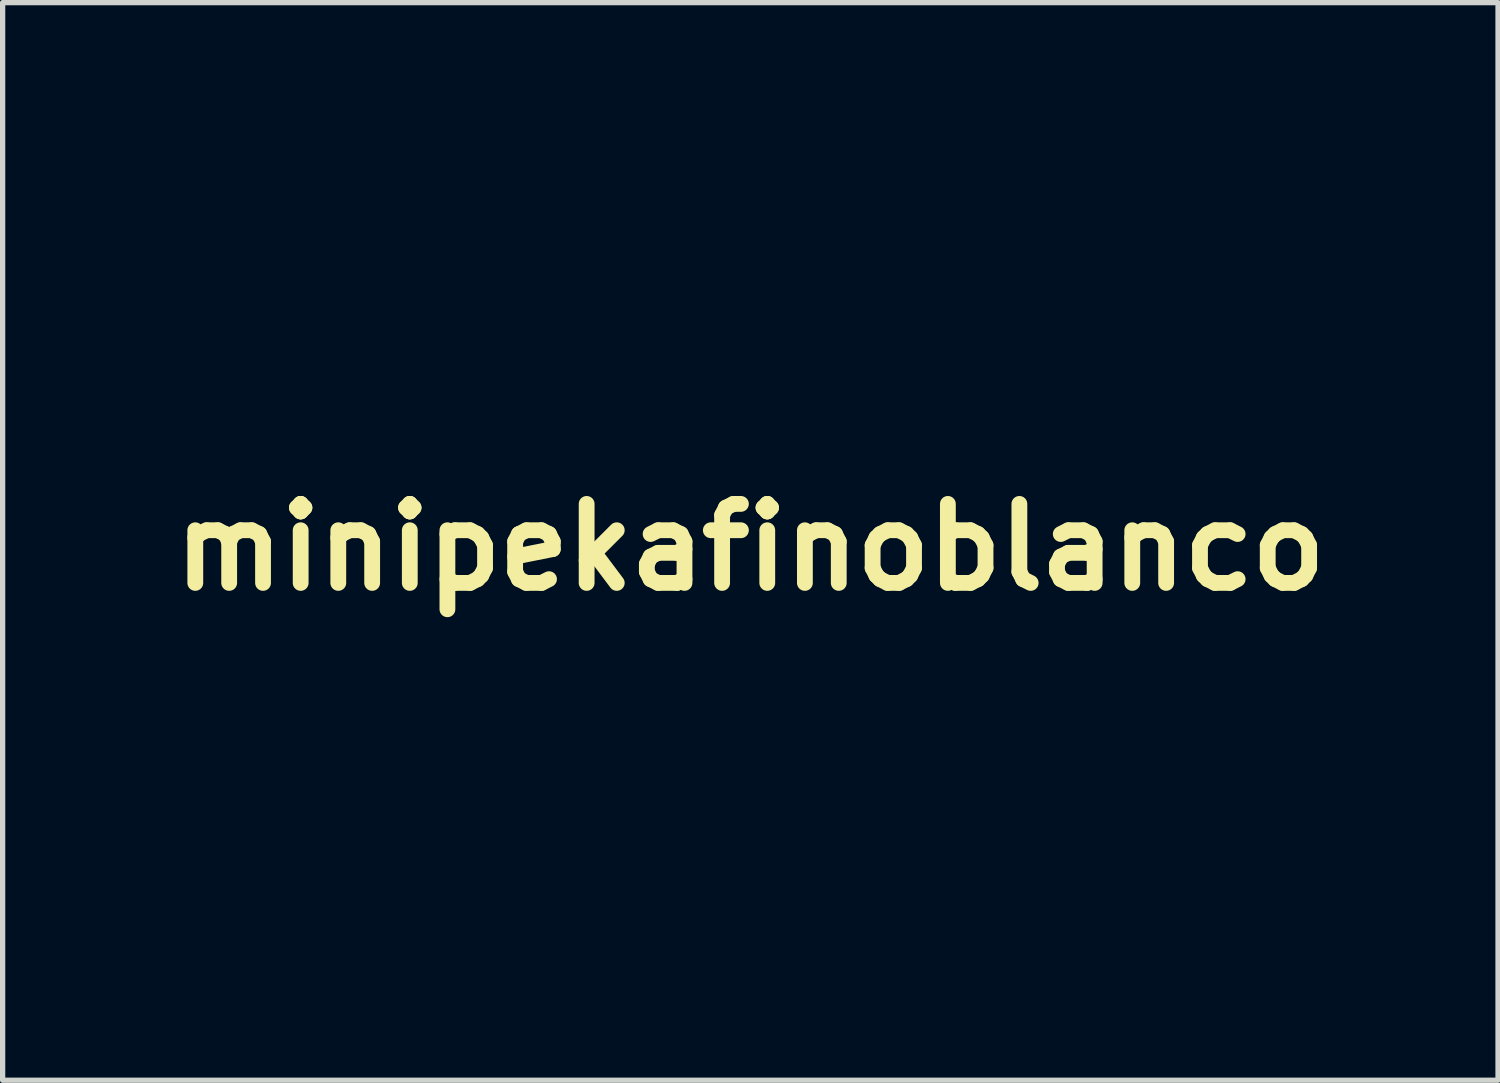
<source format=kicad_pcb>
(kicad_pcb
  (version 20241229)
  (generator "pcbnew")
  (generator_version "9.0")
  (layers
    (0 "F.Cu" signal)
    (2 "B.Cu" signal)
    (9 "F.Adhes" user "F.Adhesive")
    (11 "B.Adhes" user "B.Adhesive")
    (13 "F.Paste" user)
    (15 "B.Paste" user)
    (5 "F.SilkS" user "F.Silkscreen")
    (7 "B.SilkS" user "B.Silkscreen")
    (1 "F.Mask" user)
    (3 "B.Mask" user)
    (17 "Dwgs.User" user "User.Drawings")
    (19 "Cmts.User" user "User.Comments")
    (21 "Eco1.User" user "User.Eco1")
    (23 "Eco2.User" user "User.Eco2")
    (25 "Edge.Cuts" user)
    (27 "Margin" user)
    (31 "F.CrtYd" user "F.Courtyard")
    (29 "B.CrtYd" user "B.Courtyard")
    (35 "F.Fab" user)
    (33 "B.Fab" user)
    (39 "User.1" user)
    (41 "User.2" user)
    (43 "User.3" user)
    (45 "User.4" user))
  (footprint "minipekafinoblanco"
    (layer "F.Cu")
    (at 11.193 7.337)
    (property "Reference" "minipekafinoblanco" (at 0 0 0) (layer "F.SilkS") (effects (font (size 1.5 1.5) (thickness 0.3))))
    (attr board_only exclude_from_pos_files exclude_from_bom)
    (fp_poly (pts (xy 0.964 -7.335) (xy 1.146 -7.331) (xy 1.304 -7.324) (xy 1.429 -7.316) (xy 1.433 -7.316) (xy 1.768 -7.279) (xy 2.073 -7.231) (xy 2.345 -7.175) (xy 2.581 -7.11) (xy 2.778 -7.037) (xy 2.815 -7.02) (xy 2.939 -6.951) (xy 3.041 -6.875) (xy 3.113 -6.796) (xy 3.148 -6.725) (xy 3.148 -6.686) (xy 3.138 -6.614) (xy 3.121 -6.52) (xy 3.098 -6.414) (xy 3.096 -6.404) (xy 3.022 -6.076) (xy 2.954 -5.74) (xy 2.893 -5.402) (xy 2.84 -5.071) (xy 2.796 -4.751) (xy 2.761 -4.45) (xy 2.738 -4.174) (xy 2.726 -3.93) (xy 2.725 -3.835) (xy 2.725 -3.634) (xy 3.17 -3.507) (xy 3.325 -3.461) (xy 3.467 -3.415) (xy 3.59 -3.373) (xy 3.685 -3.336) (xy 3.74 -3.31) (xy 3.86 -3.225) (xy 3.956 -3.119) (xy 4.018 -3.002) (xy 4.028 -2.971) (xy 4.038 -2.851) (xy 4.009 -2.72) (xy 3.943 -2.583) (xy 3.84 -2.442) (xy 3.705 -2.299) (xy 3.538 -2.158) (xy 3.405 -2.063) (xy 3.331 -2.015) (xy 3.27 -1.976) (xy 3.231 -1.953) (xy 3.224 -1.95) (xy 3.216 -1.928) (xy 3.225 -1.872) (xy 3.252 -1.779) (xy 3.255 -1.773) (xy 3.286 -1.667) (xy 3.318 -1.542) (xy 3.344 -1.424) (xy 3.347 -1.408) (xy 3.385 -1.213) (xy 3.831 -1.22) (xy 4.277 -1.227) (xy 4.396 -1.294) (xy 4.515 -1.379) (xy 4.597 -1.483) (xy 4.645 -1.61) (xy 4.656 -1.669) (xy 4.681 -1.785) (xy 4.719 -1.866) (xy 4.775 -1.921) (xy 4.822 -1.946) (xy 4.92 -1.966) (xy 5.025 -1.948) (xy 5.139 -1.89) (xy 5.25 -1.794) (xy 5.339 -1.663) (xy 5.403 -1.498) (xy 5.443 -1.302) (xy 5.459 -1.077) (xy 5.449 -0.823) (xy 5.441 -0.745) (xy 5.41 -0.547) (xy 5.361 -0.385) (xy 5.292 -0.252) (xy 5.199 -0.145) (xy 5.079 -0.056) (xy 4.997 -0.012) (xy 4.903 0.03) (xy 4.809 0.064) (xy 4.709 0.09) (xy 4.597 0.11) (xy 4.464 0.125) (xy 4.305 0.136) (xy 4.113 0.143) (xy 4.011 0.146) (xy 3.506 0.157) (xy 3.502 0.573) (xy 3.5 0.73) (xy 3.499 0.897) (xy 3.498 1.061) (xy 3.497 1.205) (xy 3.496 1.283) (xy 3.495 1.579) (xy 3.587 1.534) (xy 3.645 1.502) (xy 3.672 1.472) (xy 3.673 1.468) (xy 3.81 1.468) (xy 3.81 1.474) (xy 3.832 1.723) (xy 3.894 1.96) (xy 3.996 2.183) (xy 4.137 2.388) (xy 4.314 2.573) (xy 4.396 2.641) (xy 4.459 2.688) (xy 4.513 2.722) (xy 4.544 2.735) (xy 4.545 2.735) (xy 4.577 2.726) (xy 4.636 2.7) (xy 4.71 2.664) (xy 4.729 2.654) (xy 4.853 2.577) (xy 4.971 2.483) (xy 5.074 2.38) (xy 5.151 2.278) (xy 5.18 2.224) (xy 5.228 2.065) (xy 5.235 1.896) (xy 5.203 1.721) (xy 5.133 1.546) (xy 5.068 1.436) (xy 4.969 1.309) (xy 4.855 1.209) (xy 4.715 1.126) (xy 4.686 1.112) (xy 4.628 1.087) (xy 4.576 1.07) (xy 4.519 1.06) (xy 4.446 1.055) (xy 4.345 1.053) (xy 4.295 1.053) (xy 4.165 1.055) (xy 4.071 1.063) (xy 4.001 1.08) (xy 3.948 1.111) (xy 3.901 1.157) (xy 3.859 1.216) (xy 3.834 1.259) (xy 3.819 1.307) (xy 3.812 1.372) (xy 3.81 1.468) (xy 3.673 1.468) (xy 3.68 1.429) (xy 3.68 1.415) (xy 3.699 1.278) (xy 3.755 1.154) (xy 3.839 1.05) (xy 3.948 0.975) (xy 3.978 0.962) (xy 4.083 0.936) (xy 4.215 0.923) (xy 4.358 0.923) (xy 4.499 0.936) (xy 4.624 0.962) (xy 4.668 0.977) (xy 4.856 1.068) (xy 5.012 1.185) (xy 5.141 1.333) (xy 5.244 1.508) (xy 5.281 1.594) (xy 5.314 1.691) (xy 5.342 1.788) (xy 5.361 1.877) (xy 5.37 1.947) (xy 5.366 1.988) (xy 5.363 1.993) (xy 5.376 2.007) (xy 5.421 2.036) (xy 5.49 2.076) (xy 5.571 2.12) (xy 5.671 2.175) (xy 5.766 2.231) (xy 5.844 2.282) (xy 5.883 2.311) (xy 5.924 2.352) (xy 5.985 2.422) (xy 6.058 2.514) (xy 6.14 2.619) (xy 6.223 2.732) (xy 6.304 2.843) (xy 6.375 2.947) (xy 6.432 3.036) (xy 6.435 3.039) (xy 6.486 3.145) (xy 6.529 3.274) (xy 6.558 3.405) (xy 6.567 3.509) (xy 6.555 3.634) (xy 6.519 3.767) (xy 6.455 3.912) (xy 6.363 4.074) (xy 6.239 4.257) (xy 6.182 4.335) (xy 6.098 4.439) (xy 6.005 4.541) (xy 5.911 4.632) (xy 5.825 4.703) (xy 5.765 4.743) (xy 5.622 4.796) (xy 5.484 4.807) (xy 5.352 4.776) (xy 5.234 4.706) (xy 5.149 4.638) (xy 5.093 4.704) (xy 5.043 4.765) (xy 4.987 4.834) (xy 4.974 4.851) (xy 4.896 4.927) (xy 4.797 4.983) (xy 4.695 5.012) (xy 4.666 5.014) (xy 4.611 5.005) (xy 4.536 4.98) (xy 4.469 4.95) (xy 4.393 4.905) (xy 4.331 4.849) (xy 4.281 4.779) (xy 4.242 4.689) (xy 4.212 4.575) (xy 4.191 4.433) (xy 4.176 4.257) (xy 4.165 4.043) (xy 4.164 4) (xy 4.16 3.871) (xy 4.155 3.758) (xy 4.151 3.667) (xy 4.147 3.607) (xy 4.145 3.582) (xy 4.144 3.582) (xy 4.122 3.59) (xy 4.082 3.607) (xy 4.027 3.633) (xy 4.04 4.112) (xy 4.054 4.592) (xy 3.974 4.906) (xy 3.944 5.024) (xy 3.917 5.133) (xy 3.894 5.222) (xy 3.878 5.284) (xy 3.874 5.297) (xy 3.831 5.377) (xy 3.783 5.419) (xy 3.73 5.465) (xy 3.696 5.531) (xy 3.684 5.571) (xy 3.662 5.638) (xy 3.626 5.729) (xy 3.583 5.828) (xy 3.562 5.872) (xy 3.513 5.978) (xy 3.483 6.061) (xy 3.466 6.139) (xy 3.457 6.225) (xy 3.425 6.404) (xy 3.354 6.566) (xy 3.247 6.711) (xy 3.106 6.836) (xy 2.932 6.939) (xy 2.728 7.021) (xy 2.497 7.078) (xy 2.239 7.111) (xy 2.168 7.115) (xy 1.963 7.115) (xy 1.782 7.098) (xy 1.632 7.064) (xy 1.516 7.014) (xy 1.516 7.013) (xy 1.48 6.993) (xy 1.447 6.984) (xy 1.404 6.983) (xy 1.341 6.993) (xy 1.266 7.006) (xy 1.159 7.022) (xy 1.018 7.033) (xy 0.853 7.041) (xy 0.674 7.044) (xy 0.49 7.045) (xy 0.31 7.041) (xy 0.144 7.034) (xy 0.001 7.023) (xy -0.11 7.008) (xy -0.124 7.006) (xy -0.216 6.988) (xy -0.276 6.979) (xy -0.319 6.98) (xy -0.355 6.99) (xy -0.397 7.01) (xy -0.401 7.012) (xy -0.544 7.069) (xy -0.706 7.104) (xy -0.896 7.118) (xy -0.965 7.118) (xy -1.074 7.115) (xy -1.179 7.11) (xy -1.265 7.103) (xy -1.299 7.098) (xy -1.524 7.046) (xy -1.728 6.972) (xy -1.908 6.877) (xy -2.061 6.765) (xy -2.183 6.639) (xy -2.272 6.501) (xy -2.322 6.354) (xy -2.327 6.31) (xy -2.203 6.31) (xy -2.194 6.351) (xy -2.171 6.415) (xy -2.152 6.459) (xy -2.064 6.594) (xy -1.937 6.714) (xy -1.775 6.816) (xy -1.579 6.899) (xy -1.368 6.957) (xy -1.261 6.974) (xy -1.131 6.984) (xy -0.989 6.988) (xy -0.849 6.986) (xy -0.723 6.977) (xy -0.623 6.962) (xy -0.596 6.955) (xy -0.531 6.935) (xy -0.502 6.921) (xy -0.505 6.91) (xy -0.532 6.897) (xy -0.734 6.801) (xy -0.903 6.693) (xy -1.036 6.577) (xy -1.129 6.454) (xy -1.152 6.411) (xy -1.196 6.341) (xy -1.252 6.305) (xy -1.325 6.296) (xy -1.365 6.313) (xy -1.396 6.367) (xy -1.397 6.371) (xy -1.449 6.46) (xy -1.527 6.516) (xy -1.623 6.535) (xy -1.686 6.524) (xy -1.775 6.495) (xy -1.879 6.453) (xy -1.986 6.401) (xy -2.087 6.346) (xy -2.133 6.317) (xy -2.178 6.288) (xy -2.198 6.284) (xy -2.203 6.302) (xy -2.203 6.31) (xy -2.327 6.31) (xy -2.334 6.241) (xy -2.34 6.175) (xy -2.364 6.109) (xy -2.409 6.028) (xy -2.42 6.012) (xy -2.48 5.907) (xy -2.54 5.781) (xy -2.594 5.649) (xy -2.634 5.528) (xy -2.638 5.515) (xy -2.507 5.515) (xy -2.497 5.564) (xy -2.47 5.64) (xy -2.431 5.731) (xy -2.384 5.826) (xy -2.336 5.915) (xy -2.299 5.975) (xy -2.17 6.128) (xy -2.008 6.256) (xy -1.812 6.361) (xy -1.727 6.394) (xy -1.641 6.42) (xy -1.582 6.42) (xy -1.541 6.394) (xy -1.519 6.359) (xy -1.501 6.308) (xy -1.484 6.231) (xy -1.47 6.141) (xy -1.468 6.129) (xy -1.348 6.129) (xy -1.342 6.159) (xy -1.297 6.179) (xy -1.259 6.185) (xy -1.248 6.166) (xy -1.243 6.112) (xy -1.245 6.057) (xy -1.246 6.041) (xy -1.13 6.041) (xy -1.123 6.121) (xy -1.118 6.156) (xy -1.071 6.312) (xy -0.985 6.453) (xy -0.862 6.578) (xy -0.704 6.686) (xy -0.514 6.774) (xy -0.294 6.842) (xy -0.098 6.879) (xy -0.01 6.892) (xy 0.066 6.904) (xy 0.117 6.911) (xy 0.119 6.911) (xy 0.182 6.917) (xy 0.279 6.92) (xy 0.4 6.922) (xy 0.536 6.922) (xy 0.678 6.921) (xy 0.77 6.919) (xy 1.64 6.919) (xy 1.647 6.937) (xy 1.695 6.955) (xy 1.755 6.971) (xy 1.801 6.977) (xy 1.881 6.981) (xy 1.984 6.982) (xy 2.1 6.982) (xy 2.138 6.981) (xy 2.289 6.976) (xy 2.407 6.967) (xy 2.504 6.953) (xy 2.592 6.933) (xy 2.616 6.926) (xy 2.798 6.861) (xy 2.962 6.779) (xy 3.097 6.686) (xy 3.168 6.618) (xy 3.241 6.52) (xy 3.296 6.412) (xy 3.328 6.308) (xy 3.332 6.259) (xy 3.33 6.233) (xy 3.319 6.227) (xy 3.291 6.243) (xy 3.237 6.283) (xy 3.229 6.288) (xy 3.138 6.351) (xy 3.031 6.411) (xy 2.919 6.464) (xy 2.814 6.506) (xy 2.726 6.53) (xy 2.686 6.535) (xy 2.588 6.515) (xy 2.51 6.458) (xy 2.466 6.387) (xy 2.43 6.34) (xy 2.382 6.33) (xy 2.329 6.357) (xy 2.278 6.419) (xy 2.273 6.428) (xy 2.165 6.579) (xy 2.029 6.706) (xy 1.858 6.812) (xy 1.749 6.862) (xy 1.674 6.896) (xy 1.64 6.919) (xy 0.77 6.919) (xy 0.815 6.918) (xy 0.939 6.913) (xy 1.04 6.908) (xy 1.097 6.902) (xy 1.368 6.856) (xy 1.605 6.79) (xy 1.806 6.705) (xy 1.97 6.601) (xy 2.096 6.478) (xy 2.185 6.338) (xy 2.234 6.181) (xy 2.236 6.164) (xy 2.363 6.164) (xy 2.368 6.204) (xy 2.38 6.217) (xy 2.392 6.215) (xy 2.414 6.19) (xy 2.412 6.138) (xy 2.402 6.066) (xy 2.399 6.011) (xy 2.394 5.966) (xy 2.383 5.948) (xy 2.374 5.968) (xy 2.367 6.02) (xy 2.363 6.088) (xy 2.363 6.164) (xy 2.236 6.164) (xy 2.243 6.103) (xy 2.252 5.964) (xy 2.193 5.979) (xy 2.085 6.001) (xy 1.941 6.024) (xy 1.769 6.045) (xy 1.577 6.065) (xy 1.373 6.084) (xy 1.164 6.099) (xy 0.958 6.111) (xy 0.764 6.119) (xy 0.588 6.122) (xy 0.575 6.122) (xy 0.37 6.119) (xy 0.144 6.109) (xy -0.093 6.094) (xy -0.331 6.074) (xy -0.56 6.051) (xy -0.771 6.025) (xy -0.954 5.997) (xy -1.044 5.98) (xy -1.093 5.976) (xy -1.121 5.995) (xy -1.13 6.041) (xy -1.246 6.041) (xy -1.251 5.984) (xy -1.261 5.944) (xy -1.279 5.928) (xy -1.294 5.927) (xy -1.321 5.935) (xy -1.333 5.967) (xy -1.335 6.012) (xy -1.338 6.075) (xy -1.346 6.123) (xy -1.348 6.129) (xy -1.468 6.129) (xy -1.459 6.05) (xy -1.454 5.972) (xy -1.457 5.919) (xy -1.459 5.912) (xy -1.485 5.889) (xy -1.538 5.867) (xy -1.56 5.86) (xy -1.691 5.822) (xy -1.846 5.771) (xy -2.008 5.712) (xy -2.164 5.651) (xy -2.297 5.594) (xy -2.307 5.589) (xy -2.39 5.552) (xy -2.456 5.526) (xy -2.498 5.514) (xy -2.507 5.515) (xy -2.638 5.515) (xy -2.649 5.471) (xy -2.665 5.417) (xy -2.682 5.384) (xy -2.684 5.382) (xy -2.696 5.358) (xy -2.716 5.299) (xy -2.743 5.211) (xy -2.774 5.103) (xy -2.804 4.991) (xy -2.903 4.613) (xy -2.901 4.548) (xy -2.793 4.548) (xy -2.699 4.915) (xy -2.605 5.282) (xy -2.487 5.359) (xy -2.297 5.465) (xy -2.069 5.566) (xy -1.809 5.659) (xy -1.522 5.744) (xy -1.214 5.819) (xy -0.889 5.883) (xy -0.554 5.933) (xy -0.336 5.958) (xy -0.175 5.97) (xy 0.02 5.98) (xy 0.238 5.986) (xy 0.47 5.989) (xy 0.705 5.988) (xy 0.934 5.985) (xy 1.148 5.978) (xy 1.335 5.969) (xy 1.446 5.96) (xy 1.87 5.908) (xy 2.524 5.908) (xy 2.533 6.096) (xy 2.546 6.235) (xy 2.57 6.333) (xy 2.606 6.395) (xy 2.656 6.424) (xy 2.679 6.426) (xy 2.725 6.416) (xy 2.798 6.391) (xy 2.885 6.353) (xy 2.937 6.328) (xy 3.125 6.216) (xy 3.278 6.083) (xy 3.4 5.923) (xy 3.497 5.731) (xy 3.515 5.685) (xy 3.569 5.542) (xy 3.322 5.646) (xy 2.922 5.795) (xy 2.619 5.883) (xy 2.524 5.908) (xy 1.87 5.908) (xy 1.894 5.905) (xy 2.315 5.83) (xy 2.705 5.735) (xy 3.063 5.621) (xy 3.385 5.489) (xy 3.452 5.457) (xy 3.555 5.406) (xy 3.632 5.363) (xy 3.689 5.322) (xy 3.731 5.275) (xy 3.763 5.214) (xy 3.791 5.132) (xy 3.821 5.022) (xy 3.849 4.906) (xy 3.937 4.548) (xy 3.918 4.103) (xy 3.912 3.969) (xy 3.907 3.851) (xy 3.903 3.754) (xy 3.9 3.687) (xy 3.898 3.654) (xy 3.898 3.653) (xy 3.878 3.649) (xy 3.841 3.647) (xy 3.78 3.638) (xy 3.743 3.625) (xy 3.697 3.579) (xy 3.649 3.495) (xy 3.601 3.375) (xy 3.555 3.225) (xy 3.512 3.048) (xy 3.473 2.848) (xy 3.452 2.72) (xy 3.44 2.628) (xy 3.428 2.516) (xy 3.417 2.392) (xy 3.406 2.264) (xy 3.397 2.14) (xy 3.391 2.028) (xy 3.387 1.935) (xy 3.386 1.87) (xy 3.39 1.84) (xy 3.39 1.84) (xy 3.393 1.824) (xy 3.372 1.832) (xy 3.335 1.86) (xy 3.328 1.867) (xy 3.279 1.9) (xy 3.211 1.935) (xy 3.182 1.946) (xy 3.121 1.97) (xy 3.077 1.99) (xy 3.067 1.996) (xy 3.065 2.022) (xy 3.078 2.075) (xy 3.094 2.123) (xy 3.134 2.258) (xy 3.168 2.429) (xy 3.193 2.628) (xy 3.211 2.847) (xy 3.22 3.079) (xy 3.219 3.317) (xy 3.209 3.553) (xy 3.207 3.582) (xy 3.185 3.875) (xy 3.09 3.96) (xy 2.916 4.098) (xy 2.705 4.235) (xy 2.463 4.367) (xy 2.196 4.492) (xy 1.911 4.605) (xy 1.748 4.662) (xy 1.596 4.711) (xy 1.477 4.746) (xy 1.384 4.766) (xy 1.308 4.769) (xy 1.242 4.756) (xy 1.177 4.726) (xy 1.105 4.677) (xy 1.019 4.61) (xy 1.004 4.598) (xy 0.876 4.495) (xy 0.776 4.416) (xy 0.7 4.359) (xy 0.643 4.32) (xy 0.601 4.295) (xy 0.569 4.282) (xy 0.541 4.277) (xy 0.532 4.277) (xy 0.497 4.285) (xy 0.448 4.31) (xy 0.38 4.355) (xy 0.288 4.424) (xy 0.174 4.515) (xy 0.052 4.611) (xy -0.044 4.682) (xy -0.121 4.73) (xy -0.186 4.759) (xy -0.245 4.771) (xy -0.306 4.769) (xy -0.375 4.756) (xy -0.385 4.754) (xy -0.584 4.698) (xy -0.798 4.625) (xy -1.019 4.537) (xy -1.238 4.438) (xy -1.45 4.333) (xy -1.645 4.223) (xy -1.818 4.114) (xy -1.96 4.009) (xy -2.022 3.953) (xy -2.112 3.867) (xy -2.128 3.659) (xy -2.132 3.572) (xy -2.135 3.453) (xy -2.136 3.311) (xy -2.135 3.184) (xy -2.019 3.184) (xy -2.019 3.796) (xy -1.954 3.865) (xy -1.87 3.94) (xy -1.752 4.025) (xy -1.61 4.117) (xy -1.449 4.21) (xy -1.279 4.299) (xy -1.106 4.382) (xy -0.966 4.441) (xy -0.861 4.481) (xy -0.744 4.523) (xy -0.622 4.564) (xy -0.506 4.602) (xy -0.402 4.633) (xy -0.321 4.656) (xy -0.27 4.666) (xy -0.265 4.666) (xy -0.214 4.657) (xy -0.178 4.642) (xy -0.143 4.619) (xy -0.084 4.575) (xy -0.007 4.515) (xy 0.079 4.446) (xy 0.087 4.439) (xy 0.206 4.343) (xy 0.299 4.272) (xy 0.372 4.222) (xy 0.43 4.191) (xy 0.481 4.174) (xy 0.531 4.169) (xy 0.543 4.168) (xy 0.578 4.169) (xy 0.608 4.173) (xy 0.64 4.184) (xy 0.68 4.206) (xy 0.731 4.242) (xy 0.801 4.294) (xy 0.894 4.367) (xy 1.008 4.457) (xy 1.104 4.535) (xy 1.18 4.592) (xy 1.243 4.631) (xy 1.301 4.652) (xy 1.363 4.657) (xy 1.436 4.645) (xy 1.53 4.619) (xy 1.651 4.578) (xy 1.748 4.546) (xy 1.985 4.458) (xy 2.224 4.355) (xy 2.454 4.242) (xy 2.668 4.123) (xy 2.856 4.002) (xy 3.005 3.89) (xy 3.079 3.827) (xy 3.099 3.558) (xy 3.11 3.34) (xy 3.111 3.118) (xy 3.104 2.899) (xy 3.089 2.69) (xy 3.066 2.499) (xy 3.037 2.332) (xy 3.001 2.198) (xy 2.982 2.146) (xy 2.955 2.087) (xy 2.936 2.049) (xy 2.93 2.041) (xy 2.908 2.045) (xy 2.852 2.058) (xy 2.77 2.077) (xy 2.67 2.101) (xy 2.656 2.104) (xy 2.304 2.178) (xy 1.92 2.24) (xy 1.516 2.29) (xy 1.103 2.327) (xy 0.693 2.35) (xy 0.296 2.358) (xy -0.077 2.35) (xy -0.155 2.346) (xy -0.491 2.322) (xy -0.791 2.29) (xy -1.06 2.249) (xy -1.304 2.199) (xy -1.531 2.137) (xy -1.652 2.097) (xy -1.853 2.027) (xy -1.896 2.115) (xy -1.93 2.193) (xy -1.958 2.278) (xy -1.98 2.376) (xy -1.996 2.491) (xy -2.007 2.63) (xy -2.014 2.797) (xy -2.018 2.998) (xy -2.019 3.184) (xy -2.135 3.184) (xy -2.135 3.157) (xy -2.133 3.001) (xy -2.132 2.979) (xy -2.125 2.767) (xy -2.114 2.591) (xy -2.099 2.444) (xy -2.079 2.32) (xy -2.052 2.212) (xy -2.017 2.112) (xy -2.002 2.075) (xy -1.976 2.004) (xy -1.973 1.967) (xy -1.981 1.959) (xy -2.014 1.942) (xy -2.065 1.911) (xy -2.078 1.903) (xy -2.149 1.854) (xy -2.208 2.149) (xy -2.253 2.354) (xy -2.305 2.54) (xy -2.361 2.701) (xy -2.419 2.831) (xy -2.466 2.908) (xy -2.511 2.963) (xy -2.551 2.989) (xy -2.603 2.996) (xy -2.605 2.996) (xy -2.656 3) (xy -2.681 3.01) (xy -2.682 3.012) (xy -2.684 3.039) (xy -2.691 3.1) (xy -2.701 3.186) (xy -2.713 3.289) (xy -2.714 3.3) (xy -2.725 3.406) (xy -2.737 3.545) (xy -2.749 3.703) (xy -2.76 3.87) (xy -2.769 4.034) (xy -2.77 4.06) (xy -2.793 4.548) (xy -2.901 4.548) (xy -2.89 4.136) (xy -2.884 3.964) (xy -2.875 3.785) (xy -2.864 3.607) (xy -2.851 3.438) (xy -2.837 3.285) (xy -2.822 3.157) (xy -2.808 3.06) (xy -2.801 3.025) (xy -2.799 3) (xy -2.814 2.983) (xy -2.854 2.969) (xy -2.927 2.955) (xy -2.933 2.954) (xy -3.006 2.942) (xy -3.059 2.935) (xy -3.082 2.935) (xy -3.082 2.935) (xy -3.094 2.956) (xy -3.121 3.001) (xy -3.133 3.02) (xy -3.219 3.132) (xy -3.34 3.246) (xy -3.49 3.358) (xy -3.661 3.461) (xy -3.774 3.517) (xy -3.961 3.595) (xy -4.128 3.644) (xy -4.286 3.665) (xy -4.393 3.665) (xy -4.478 3.659) (xy -4.532 3.649) (xy -4.57 3.631) (xy -4.605 3.598) (xy -4.616 3.587) (xy -4.655 3.533) (xy -4.677 3.483) (xy -4.678 3.471) (xy -4.686 3.439) (xy -4.715 3.441) (xy -4.716 3.442) (xy -4.804 3.464) (xy -4.915 3.469) (xy -5.031 3.459) (xy -5.135 3.432) (xy -5.138 3.431) (xy -5.262 3.366) (xy -5.353 3.274) (xy -5.416 3.151) (xy -5.43 3.11) (xy -5.451 2.989) (xy -5.456 2.861) (xy -5.337 2.861) (xy -5.328 3.004) (xy -5.303 3.119) (xy -5.267 3.191) (xy -5.193 3.262) (xy -5.096 3.312) (xy -4.986 3.342) (xy -4.876 3.347) (xy -4.778 3.326) (xy -4.727 3.297) (xy -4.693 3.269) (xy -4.639 3.221) (xy -4.574 3.162) (xy -4.559 3.148) (xy -4.484 3.084) (xy -4.407 3.028) (xy -4.343 2.989) (xy -4.336 2.987) (xy -4.282 2.959) (xy -4.249 2.935) (xy -4.244 2.927) (xy -4.254 2.904) (xy -4.28 2.846) (xy -4.321 2.761) (xy -4.373 2.654) (xy -4.435 2.529) (xy -4.493 2.412) (xy -4.577 2.246) (xy -4.645 2.114) (xy -4.702 2.013) (xy -4.75 1.938) (xy -4.792 1.886) (xy -4.831 1.85) (xy -4.871 1.828) (xy -4.915 1.814) (xy -4.934 1.81) (xy -5.025 1.805) (xy -5.092 1.831) (xy -5.141 1.894) (xy -5.163 1.943) (xy -5.225 2.133) (xy -5.275 2.326) (xy -5.31 2.516) (xy -5.331 2.696) (xy -5.337 2.861) (xy -5.456 2.861) (xy -5.457 2.837) (xy -5.448 2.663) (xy -5.426 2.477) (xy -5.391 2.286) (xy -5.345 2.101) (xy -5.29 1.937) (xy -5.249 1.828) (xy -5.375 1.803) (xy -5.55 1.749) (xy -5.728 1.655) (xy -5.905 1.526) (xy -6.076 1.367) (xy -6.237 1.181) (xy -6.384 0.971) (xy -6.503 0.761) (xy -6.564 0.641) (xy -6.437 0.641) (xy -6.427 0.661) (xy -6.401 0.711) (xy -6.363 0.779) (xy -6.347 0.807) (xy -6.197 1.045) (xy -6.035 1.25) (xy -5.863 1.419) (xy -5.684 1.551) (xy -5.499 1.645) (xy -5.311 1.699) (xy -5.121 1.711) (xy -5.085 1.709) (xy -4.999 1.706) (xy -4.916 1.712) (xy -4.878 1.719) (xy -4.826 1.735) (xy -4.78 1.756) (xy -4.738 1.786) (xy -4.696 1.829) (xy -4.652 1.89) (xy -4.601 1.973) (xy -4.541 2.082) (xy -4.469 2.222) (xy -4.385 2.39) (xy -4.314 2.532) (xy -4.25 2.662) (xy -4.196 2.774) (xy -4.153 2.865) (xy -4.125 2.928) (xy -4.114 2.957) (xy -4.114 2.958) (xy -4.131 2.987) (xy -4.173 3.021) (xy -4.184 3.028) (xy -4.256 3.078) (xy -4.335 3.146) (xy -4.414 3.223) (xy -4.482 3.3) (xy -4.532 3.367) (xy -4.55 3.404) (xy -4.564 3.458) (xy -4.558 3.49) (xy -4.527 3.521) (xy -4.462 3.55) (xy -4.366 3.56) (xy -4.247 3.552) (xy -4.124 3.527) (xy -4.001 3.487) (xy -3.858 3.427) (xy -3.711 3.354) (xy -3.574 3.276) (xy -3.469 3.204) (xy -3.357 3.109) (xy -3.274 3.017) (xy -3.222 2.932) (xy -3.203 2.857) (xy -3.219 2.797) (xy -3.238 2.776) (xy -3.289 2.756) (xy -3.372 2.749) (xy -3.475 2.754) (xy -3.588 2.772) (xy -3.701 2.8) (xy -3.725 2.808) (xy -3.803 2.832) (xy -3.865 2.847) (xy -3.901 2.852) (xy -3.904 2.851) (xy -3.918 2.829) (xy -3.948 2.774) (xy -3.992 2.689) (xy -4.048 2.581) (xy -4.113 2.454) (xy -4.183 2.314) (xy -4.193 2.294) (xy -4.273 2.134) (xy -4.335 2.007) (xy -4.382 1.91) (xy -4.416 1.835) (xy -4.438 1.778) (xy -4.452 1.733) (xy -4.458 1.696) (xy -4.459 1.66) (xy -4.458 1.622) (xy -4.457 1.615) (xy -4.457 1.613) (xy -4.356 1.613) (xy -4.349 1.677) (xy -4.327 1.755) (xy -4.288 1.853) (xy -4.231 1.976) (xy -4.156 2.129) (xy -4.102 2.238) (xy -4.024 2.394) (xy -3.962 2.514) (xy -3.914 2.603) (xy -3.878 2.665) (xy -3.851 2.703) (xy -3.831 2.722) (xy -3.817 2.725) (xy -3.814 2.724) (xy -3.773 2.71) (xy -3.707 2.69) (xy -3.677 2.682) (xy -3.176 2.682) (xy -3.122 2.745) (xy -3.093 2.774) (xy -3.059 2.796) (xy -3.01 2.812) (xy -2.938 2.828) (xy -2.836 2.844) (xy -2.714 2.861) (xy -2.631 2.867) (xy -2.584 2.862) (xy -2.576 2.858) (xy -2.55 2.826) (xy -2.516 2.771) (xy -2.497 2.737) (xy -2.448 2.622) (xy -2.4 2.473) (xy -2.355 2.301) (xy -2.324 2.16) (xy -2.306 2.071) (xy -2.29 1.992) (xy -2.279 1.939) (xy -2.278 1.933) (xy -2.276 1.91) (xy -2.289 1.91) (xy -2.322 1.935) (xy -2.379 1.987) (xy -2.392 1.999) (xy -2.46 2.062) (xy -2.524 2.117) (xy -2.571 2.154) (xy -2.576 2.158) (xy -2.615 2.18) (xy -2.647 2.183) (xy -2.691 2.166) (xy -2.72 2.152) (xy -2.78 2.114) (xy -2.854 2.059) (xy -2.928 1.996) (xy -2.929 1.995) (xy -3.053 1.882) (xy -3.038 2.045) (xy -3.034 2.2) (xy -3.049 2.352) (xy -3.08 2.488) (xy -3.125 2.595) (xy -3.176 2.682) (xy -3.677 2.682) (xy -3.664 2.678) (xy -3.572 2.659) (xy -3.47 2.646) (xy -3.425 2.643) (xy -3.348 2.636) (xy -3.295 2.619) (xy -3.256 2.582) (xy -3.218 2.517) (xy -3.198 2.475) (xy -3.175 2.416) (xy -3.161 2.352) (xy -3.154 2.268) (xy -3.152 2.16) (xy -3.158 1.982) (xy -3.178 1.833) (xy -3.215 1.7) (xy -3.273 1.573) (xy -3.303 1.52) (xy -3.35 1.431) (xy -3.407 1.315) (xy -3.468 1.185) (xy -3.525 1.053) (xy -3.574 0.934) (xy -3.601 0.86) (xy -3.615 0.837) (xy -3.643 0.828) (xy -3.696 0.83) (xy -3.729 0.834) (xy -3.842 0.85) (xy -3.919 0.867) (xy -3.969 0.89) (xy -4 0.921) (xy -4.019 0.966) (xy -4.026 0.991) (xy -4.061 1.101) (xy -4.113 1.207) (xy -4.188 1.319) (xy -4.243 1.391) (xy -4.291 1.451) (xy -4.326 1.505) (xy -4.348 1.557) (xy -4.356 1.613) (xy -4.457 1.613) (xy -4.447 1.526) (xy -4.425 1.462) (xy -4.386 1.402) (xy -4.384 1.4) (xy -4.287 1.272) (xy -4.215 1.165) (xy -4.164 1.069) (xy -4.131 0.971) (xy -4.112 0.862) (xy -4.101 0.732) (xy -4.098 0.673) (xy -4.095 0.551) (xy -4.098 0.455) (xy -4.108 0.37) (xy -4.127 0.277) (xy -4.143 0.215) (xy -4.176 0.098) (xy -4.217 -0.025) (xy -4.26 -0.143) (xy -4.262 -0.148) (xy -4.135 -0.148) (xy -4.129 -0.125) (xy -4.112 -0.073) (xy -4.087 -0.000117) (xy -4.082 0.015) (xy -4.011 0.281) (xy -3.978 0.547) (xy -3.976 0.601) (xy -3.973 0.684) (xy -3.966 0.731) (xy -3.954 0.75) (xy -3.94 0.75) (xy -3.902 0.741) (xy -3.837 0.728) (xy -3.779 0.718) (xy -3.692 0.697) (xy -3.643 0.673) (xy -3.501 0.673) (xy -3.493 0.797) (xy -3.45 0.944) (xy -3.441 0.966) (xy -3.361 1.152) (xy -3.269 1.338) (xy -3.173 1.509) (xy -3.079 1.656) (xy -3.044 1.704) (xy -2.979 1.782) (xy -2.904 1.861) (xy -2.826 1.935) (xy -2.752 1.998) (xy -2.69 2.043) (xy -2.648 2.062) (xy -2.644 2.062) (xy -2.617 2.048) (xy -2.568 2.01) (xy -2.507 1.954) (xy -2.478 1.927) (xy -2.375 1.816) (xy -2.305 1.718) (xy -2.264 1.621) (xy -2.247 1.519) (xy -2.246 1.483) (xy -2.245 1.472) (xy -2.139 1.472) (xy -2.13 1.605) (xy -2.1 1.714) (xy -2.049 1.791) (xy -2.023 1.812) (xy -1.921 1.868) (xy -1.785 1.926) (xy -1.622 1.984) (xy -1.441 2.04) (xy -1.25 2.091) (xy -1.058 2.133) (xy -0.912 2.16) (xy -0.781 2.179) (xy -0.659 2.195) (xy -0.539 2.208) (xy -0.414 2.217) (xy -0.277 2.223) (xy -0.122 2.226) (xy 0.058 2.227) (xy 0.27 2.227) (xy 0.445 2.225) (xy 0.68 2.222) (xy 0.878 2.218) (xy 1.048 2.213) (xy 1.195 2.206) (xy 1.328 2.196) (xy 1.453 2.185) (xy 1.562 2.173) (xy 1.874 2.131) (xy 2.162 2.087) (xy 2.424 2.039) (xy 2.657 1.989) (xy 2.858 1.938) (xy 3.025 1.885) (xy 3.155 1.833) (xy 3.245 1.78) (xy 3.271 1.758) (xy 3.308 1.704) (xy 3.5 1.704) (xy 3.512 2.073) (xy 3.524 2.306) (xy 3.544 2.536) (xy 3.573 2.757) (xy 3.607 2.962) (xy 3.647 3.144) (xy 3.692 3.298) (xy 3.739 3.416) (xy 3.75 3.437) (xy 3.795 3.5) (xy 3.849 3.532) (xy 3.918 3.532) (xy 4.009 3.502) (xy 4.054 3.482) (xy 4.119 3.452) (xy 4.167 3.435) (xy 4.203 3.436) (xy 4.228 3.458) (xy 4.245 3.505) (xy 4.256 3.583) (xy 4.264 3.695) (xy 4.27 3.846) (xy 4.271 3.867) (xy 4.284 4.104) (xy 4.303 4.311) (xy 4.326 4.485) (xy 4.355 4.621) (xy 4.388 4.718) (xy 4.39 4.722) (xy 4.449 4.799) (xy 4.537 4.853) (xy 4.642 4.878) (xy 4.7 4.877) (xy 4.764 4.866) (xy 4.812 4.839) (xy 4.862 4.789) (xy 4.874 4.775) (xy 4.953 4.683) (xy 5.026 4.603) (xy 5.088 4.541) (xy 5.134 4.503) (xy 5.153 4.494) (xy 5.182 4.507) (xy 5.229 4.542) (xy 5.261 4.569) (xy 5.366 4.647) (xy 5.468 4.684) (xy 5.573 4.682) (xy 5.688 4.64) (xy 5.695 4.637) (xy 5.782 4.579) (xy 5.883 4.489) (xy 5.99 4.374) (xy 6.1 4.241) (xy 6.205 4.098) (xy 6.3 3.951) (xy 6.369 3.826) (xy 6.428 3.67) (xy 6.446 3.51) (xy 6.423 3.344) (xy 6.36 3.169) (xy 6.255 2.984) (xy 6.216 2.927) (xy 6.107 2.774) (xy 6.018 2.652) (xy 5.944 2.555) (xy 5.88 2.48) (xy 5.823 2.42) (xy 5.766 2.371) (xy 5.704 2.328) (xy 5.634 2.286) (xy 5.55 2.241) (xy 5.53 2.23) (xy 5.337 2.129) (xy 5.286 2.253) (xy 5.218 2.374) (xy 5.117 2.497) (xy 4.991 2.615) (xy 4.849 2.717) (xy 4.746 2.775) (xy 4.663 2.815) (xy 4.591 2.846) (xy 4.541 2.863) (xy 4.528 2.866) (xy 4.49 2.851) (xy 4.43 2.812) (xy 4.354 2.755) (xy 4.271 2.685) (xy 4.188 2.61) (xy 4.113 2.536) (xy 4.053 2.47) (xy 4.046 2.461) (xy 3.902 2.248) (xy 3.794 2.027) (xy 3.725 1.803) (xy 3.711 1.727) (xy 3.699 1.668) (xy 3.684 1.633) (xy 3.678 1.628) (xy 3.648 1.637) (xy 3.597 1.658) (xy 3.58 1.666) (xy 3.5 1.704) (xy 3.308 1.704) (xy 3.324 1.681) (xy 3.365 1.576) (xy 3.389 1.457) (xy 3.392 1.34) (xy 3.391 1.329) (xy 3.383 1.263) (xy 3.375 1.217) (xy 3.372 1.204) (xy 3.348 1.2) (xy 3.288 1.192) (xy 3.198 1.181) (xy 3.085 1.17) (xy 2.955 1.157) (xy 2.816 1.143) (xy 2.673 1.13) (xy 2.535 1.118) (xy 2.406 1.108) (xy 2.388 1.106) (xy 2.273 1.099) (xy 2.122 1.093) (xy 1.939 1.087) (xy 1.731 1.082) (xy 1.504 1.077) (xy 1.264 1.073) (xy 1.018 1.07) (xy 0.771 1.068) (xy 0.53 1.067) (xy 0.3 1.066) (xy 0.089 1.067) (xy -0.099 1.069) (xy -0.256 1.073) (xy -0.295 1.074) (xy -0.763 1.09) (xy -0.845 1.375) (xy -0.876 1.482) (xy -0.905 1.575) (xy -0.927 1.645) (xy -0.941 1.685) (xy -0.943 1.689) (xy -0.961 1.683) (xy -1.003 1.643) (xy -1.066 1.569) (xy -1.15 1.461) (xy -1.171 1.433) (xy -1.25 1.328) (xy -1.31 1.251) (xy -1.359 1.199) (xy -1.406 1.168) (xy -1.459 1.154) (xy -1.527 1.154) (xy -1.62 1.162) (xy -1.729 1.173) (xy -1.866 1.188) (xy -1.966 1.202) (xy -2.036 1.218) (xy -2.08 1.237) (xy -2.106 1.263) (xy -2.12 1.297) (xy -2.124 1.319) (xy -2.139 1.472) (xy -2.245 1.472) (xy -2.242 1.391) (xy -2.232 1.299) (xy -2.226 1.259) (xy -2.219 1.129) (xy -2.243 0.985) (xy -2.292 0.838) (xy -2.364 0.702) (xy -2.434 0.61) (xy -2.536 0.513) (xy -2.645 0.444) (xy -2.772 0.401) (xy -2.926 0.379) (xy -2.993 0.375) (xy -3.097 0.372) (xy -3.17 0.373) (xy -3.223 0.381) (xy -3.269 0.397) (xy -3.309 0.416) (xy -3.41 0.486) (xy -3.474 0.57) (xy -3.501 0.673) (xy -3.643 0.673) (xy -3.641 0.672) (xy -3.618 0.635) (xy -3.615 0.607) (xy -3.6 0.556) (xy -3.561 0.489) (xy -3.509 0.419) (xy -3.451 0.359) (xy -3.411 0.327) (xy -3.29 0.275) (xy -3.145 0.25) (xy -2.986 0.249) (xy -2.823 0.272) (xy -2.666 0.316) (xy -2.523 0.38) (xy -2.405 0.463) (xy -2.369 0.5) (xy -2.29 0.586) (xy -2.29 0.475) (xy -2.181 0.475) (xy -2.18 0.576) (xy -2.177 0.659) (xy -2.171 0.73) (xy -2.163 0.796) (xy -2.152 0.863) (xy -2.148 0.887) (xy -2.107 1.111) (xy -2.02 1.097) (xy -1.934 1.085) (xy -1.823 1.073) (xy -1.702 1.061) (xy -1.584 1.052) (xy -1.484 1.045) (xy -1.422 1.043) (xy -1.324 1.043) (xy -1.162 1.259) (xy -1.1 1.34) (xy -1.048 1.406) (xy -1.01 1.45) (xy -0.993 1.467) (xy -0.992 1.466) (xy -0.983 1.444) (xy -0.965 1.388) (xy -0.94 1.308) (xy -0.915 1.223) (xy -0.846 0.988) (xy -0.711 0.981) (xy -0.576 0.975) (xy -0.82 0.732) (xy -1.052 0.479) (xy -1.243 0.221) (xy -1.4 -0.047) (xy -1.434 -0.116) (xy -1.51 -0.298) (xy -1.562 -0.468) (xy -1.588 -0.622) (xy -1.589 -0.675) (xy -1.482 -0.675) (xy -1.466 -0.542) (xy -1.456 -0.492) (xy -1.399 -0.306) (xy -1.308 -0.107) (xy -1.189 0.1) (xy -1.047 0.306) (xy -0.886 0.505) (xy -0.712 0.69) (xy -0.529 0.854) (xy -0.499 0.877) (xy -0.429 0.93) (xy -0.379 0.959) (xy -0.338 0.97) (xy -0.294 0.968) (xy -0.293 0.967) (xy -0.229 0.961) (xy -0.144 0.957) (xy -0.08 0.955) (xy 0.058 0.955) (xy -0.112 0.829) (xy -0.267 0.701) (xy -0.409 0.559) (xy -0.536 0.407) (xy -0.646 0.25) (xy -0.735 0.093) (xy -0.802 -0.06) (xy -0.843 -0.202) (xy -0.857 -0.331) (xy -0.851 -0.365) (xy -0.748 -0.365) (xy -0.745 -0.294) (xy -0.717 -0.146) (xy -0.655 0.014) (xy -0.564 0.181) (xy -0.447 0.348) (xy -0.31 0.509) (xy -0.158 0.657) (xy 0.005 0.786) (xy 0.119 0.86) (xy 0.281 0.955) (xy 0.603 0.955) (xy 0.732 0.955) (xy 0.826 0.952) (xy 0.894 0.946) (xy 0.944 0.937) (xy 0.986 0.923) (xy 1.016 0.909) (xy 1.18 0.812) (xy 1.339 0.689) (xy 1.491 0.548) (xy 1.629 0.393) (xy 1.749 0.231) (xy 1.847 0.067) (xy 1.918 -0.093) (xy 1.958 -0.242) (xy 1.965 -0.325) (xy 1.961 -0.395) (xy 1.944 -0.44) (xy 1.908 -0.476) (xy 1.907 -0.476) (xy 1.818 -0.526) (xy 1.687 -0.568) (xy 1.517 -0.603) (xy 1.308 -0.629) (xy 1.063 -0.647) (xy 0.782 -0.656) (xy 0.597 -0.657) (xy 0.294 -0.652) (xy 0.026 -0.638) (xy -0.204 -0.616) (xy -0.395 -0.585) (xy -0.547 -0.546) (xy -0.658 -0.498) (xy -0.695 -0.473) (xy -0.728 -0.444) (xy -0.744 -0.413) (xy -0.748 -0.365) (xy -0.851 -0.365) (xy -0.84 -0.44) (xy -0.817 -0.49) (xy -0.749 -0.561) (xy -0.641 -0.621) (xy -0.491 -0.67) (xy -0.299 -0.708) (xy -0.066 -0.735) (xy 0.209 -0.751) (xy 0.527 -0.756) (xy 0.777 -0.753) (xy 1.049 -0.744) (xy 1.282 -0.731) (xy 1.478 -0.711) (xy 1.641 -0.685) (xy 1.774 -0.652) (xy 1.88 -0.612) (xy 1.964 -0.563) (xy 1.987 -0.545) (xy 2.044 -0.47) (xy 2.07 -0.369) (xy 2.065 -0.245) (xy 2.03 -0.102) (xy 1.966 0.057) (xy 1.874 0.23) (xy 1.806 0.336) (xy 1.728 0.439) (xy 1.627 0.554) (xy 1.514 0.67) (xy 1.399 0.775) (xy 1.295 0.858) (xy 1.27 0.876) (xy 1.151 0.955) (xy 1.311 0.955) (xy 1.39 0.954) (xy 1.446 0.948) (xy 1.492 0.93) (xy 1.543 0.896) (xy 1.608 0.845) (xy 1.772 0.7) (xy 1.936 0.528) (xy 2.094 0.338) (xy 2.236 0.141) (xy 2.355 -0.052) (xy 2.42 -0.181) (xy 2.487 -0.348) (xy 2.53 -0.506) (xy 2.55 -0.647) (xy 2.544 -0.766) (xy 2.52 -0.844) (xy 2.468 -0.901) (xy 2.375 -0.955) (xy 2.243 -1.006) (xy 2.073 -1.053) (xy 1.868 -1.094) (xy 1.629 -1.131) (xy 1.607 -1.134) (xy 1.506 -1.143) (xy 1.362 -1.15) (xy 1.175 -1.156) (xy 0.945 -1.159) (xy 0.672 -1.161) (xy 0.521 -1.161) (xy 0.219 -1.16) (xy -0.044 -1.155) (xy -0.273 -1.148) (xy -0.473 -1.136) (xy -0.647 -1.12) (xy -0.8 -1.1) (xy -0.938 -1.074) (xy -1.063 -1.042) (xy -1.182 -1.004) (xy -1.262 -0.974) (xy -1.365 -0.923) (xy -1.434 -0.86) (xy -1.472 -0.779) (xy -1.482 -0.675) (xy -1.589 -0.675) (xy -1.589 -0.754) (xy -1.564 -0.86) (xy -1.538 -0.907) (xy -1.458 -0.986) (xy -1.343 -1.055) (xy -1.19 -1.115) (xy -1 -1.166) (xy -0.769 -1.209) (xy -0.498 -1.243) (xy -0.306 -1.261) (xy -0.176 -1.269) (xy -0.014 -1.274) (xy 0.172 -1.277) (xy 0.376 -1.278) (xy 0.59 -1.277) (xy 0.806 -1.274) (xy 1.019 -1.269) (xy 1.22 -1.262) (xy 1.403 -1.254) (xy 1.56 -1.244) (xy 1.683 -1.233) (xy 1.726 -1.228) (xy 1.972 -1.186) (xy 2.181 -1.138) (xy 2.352 -1.083) (xy 2.483 -1.022) (xy 2.574 -0.956) (xy 2.601 -0.925) (xy 2.634 -0.849) (xy 2.654 -0.746) (xy 2.657 -0.626) (xy 2.645 -0.504) (xy 2.64 -0.478) (xy 2.58 -0.279) (xy 2.486 -0.067) (xy 2.361 0.151) (xy 2.21 0.37) (xy 2.036 0.582) (xy 1.851 0.774) (xy 1.767 0.855) (xy 1.716 0.911) (xy 1.7 0.947) (xy 1.721 0.966) (xy 1.779 0.974) (xy 1.877 0.977) (xy 1.921 0.977) (xy 2.003 0.979) (xy 2.119 0.984) (xy 2.261 0.993) (xy 2.419 1.003) (xy 2.586 1.015) (xy 2.751 1.028) (xy 2.907 1.041) (xy 3.044 1.054) (xy 3.133 1.063) (xy 3.222 1.073) (xy 3.296 1.081) (xy 3.343 1.085) (xy 3.351 1.085) (xy 3.36 1.065) (xy 3.366 1.006) (xy 3.37 0.914) (xy 3.373 0.794) (xy 3.374 0.652) (xy 3.374 0.493) (xy 3.372 0.322) (xy 3.368 0.144) (xy 3.364 -0.036) (xy 3.358 -0.212) (xy 3.351 -0.379) (xy 3.343 -0.531) (xy 3.333 -0.665) (xy 3.323 -0.774) (xy 3.323 -0.779) (xy 3.3 -0.958) (xy 3.281 -1.085) (xy 3.394 -1.085) (xy 3.407 -1.004) (xy 3.415 -0.942) (xy 3.425 -0.848) (xy 3.436 -0.73) (xy 3.448 -0.598) (xy 3.459 -0.463) (xy 3.469 -0.333) (xy 3.478 -0.219) (xy 3.483 -0.13) (xy 3.484 -0.081) (xy 3.484 0.022) (xy 3.68 0.022) (xy 3.875 0.022) (xy 3.875 -0.532) (xy 3.875 -1.085) (xy 3.634 -1.085) (xy 3.394 -1.085) (xy 3.281 -1.085) (xy 3.278 -1.107) (xy 3.984 -1.107) (xy 3.984 -0.529) (xy 3.984 0.05) (xy 4.228 0.034) (xy 4.346 0.025) (xy 4.467 0.012) (xy 4.574 -0.002) (xy 4.624 -0.011) (xy 4.807 -0.054) (xy 4.956 -0.11) (xy 5.076 -0.182) (xy 5.169 -0.275) (xy 5.238 -0.393) (xy 5.288 -0.54) (xy 5.321 -0.721) (xy 5.34 -0.934) (xy 5.342 -1.173) (xy 5.317 -1.379) (xy 5.264 -1.551) (xy 5.183 -1.69) (xy 5.121 -1.758) (xy 5.057 -1.811) (xy 5.004 -1.838) (xy 4.947 -1.845) (xy 4.945 -1.845) (xy 4.884 -1.841) (xy 4.841 -1.83) (xy 4.837 -1.828) (xy 4.806 -1.789) (xy 4.78 -1.723) (xy 4.766 -1.649) (xy 4.765 -1.626) (xy 4.755 -1.569) (xy 4.73 -1.496) (xy 4.712 -1.456) (xy 4.624 -1.33) (xy 4.506 -1.228) (xy 4.365 -1.154) (xy 4.208 -1.114) (xy 4.113 -1.107) (xy 3.984 -1.107) (xy 3.278 -1.107) (xy 3.273 -1.135) (xy 3.244 -1.304) (xy 3.212 -1.46) (xy 3.18 -1.599) (xy 3.149 -1.716) (xy 3.119 -1.805) (xy 3.092 -1.862) (xy 3.069 -1.882) (xy 3.065 -1.881) (xy 2.795 -1.774) (xy 2.512 -1.684) (xy 2.21 -1.613) (xy 1.884 -1.557) (xy 1.529 -1.517) (xy 1.14 -1.492) (xy 0.901 -1.483) (xy 0.405 -1.482) (xy -0.059 -1.505) (xy -0.491 -1.551) (xy -0.889 -1.619) (xy -1.252 -1.711) (xy -1.58 -1.826) (xy -1.794 -1.923) (xy -1.985 -2.018) (xy -2.008 -1.937) (xy -2.041 -1.798) (xy -2.071 -1.617) (xy -2.098 -1.397) (xy -2.121 -1.141) (xy -2.141 -0.851) (xy -2.157 -0.529) (xy -2.17 -0.178) (xy -2.174 0.001) (xy -2.178 0.194) (xy -2.18 0.35) (xy -2.181 0.475) (xy -2.29 0.475) (xy -2.29 0.372) (xy -2.29 0.157) (xy -2.86 0.146) (xy -3.075 0.14) (xy -3.252 0.133) (xy -3.398 0.123) (xy -3.52 0.109) (xy -3.624 0.091) (xy -3.716 0.067) (xy -3.802 0.038) (xy -3.871 0.009) (xy -3.952 -0.031) (xy -4.027 -0.075) (xy -4.064 -0.1) (xy -4.108 -0.132) (xy -4.133 -0.148) (xy -4.135 -0.148) (xy -4.262 -0.148) (xy -4.303 -0.247) (xy -4.341 -0.326) (xy -4.36 -0.357) (xy -4.38 -0.378) (xy -4.408 -0.385) (xy -4.457 -0.381) (xy -4.517 -0.369) (xy -4.726 -0.316) (xy -4.957 -0.24) (xy -5.197 -0.146) (xy -5.435 -0.04) (xy -5.659 0.075) (xy -5.858 0.193) (xy -5.862 0.196) (xy -5.925 0.239) (xy -6.005 0.296) (xy -6.093 0.362) (xy -6.184 0.431) (xy -6.27 0.498) (xy -6.344 0.557) (xy -6.401 0.605) (xy -6.432 0.634) (xy -6.437 0.641) (xy -6.564 0.641) (xy -6.574 0.621) (xy -6.427 0.485) (xy -6.18 0.281) (xy -5.9 0.088) (xy -5.598 -0.086) (xy -5.285 -0.236) (xy -5.229 -0.26) (xy -5.123 -0.301) (xy -5.002 -0.343) (xy -4.873 -0.385) (xy -4.742 -0.424) (xy -4.618 -0.458) (xy -4.507 -0.486) (xy -4.418 -0.505) (xy -4.357 -0.513) (xy -4.337 -0.511) (xy -4.318 -0.512) (xy -4.321 -0.522) (xy -4.331 -0.56) (xy -4.341 -0.632) (xy -4.349 -0.73) (xy -4.356 -0.844) (xy -4.36 -0.964) (xy -4.361 -1.035) (xy -4.244 -1.035) (xy -4.238 -0.817) (xy -4.221 -0.637) (xy -4.189 -0.489) (xy -4.142 -0.368) (xy -4.077 -0.271) (xy -3.992 -0.191) (xy -3.886 -0.125) (xy -3.875 -0.119) (xy -3.743 -0.066) (xy -3.58 -0.022) (xy -3.398 0.011) (xy -3.209 0.031) (xy -3.03 0.036) (xy -2.89 0.033) (xy -2.888 -0.532) (xy -2.887 -1.085) (xy -2.792 -1.085) (xy -2.788 -0.533) (xy -2.784 0.02) (xy -2.543 0.026) (xy -2.301 0.033) (xy -2.288 -0.195) (xy -2.282 -0.304) (xy -2.274 -0.441) (xy -2.267 -0.588) (xy -2.26 -0.731) (xy -2.259 -0.754) (xy -2.244 -1.085) (xy -2.518 -1.085) (xy -2.792 -1.085) (xy -2.887 -1.085) (xy -2.887 -1.096) (xy -3.05 -1.108) (xy -3.23 -1.14) (xy -3.383 -1.203) (xy -3.508 -1.296) (xy -3.602 -1.417) (xy -3.662 -1.564) (xy -3.68 -1.65) (xy -3.697 -1.745) (xy -3.721 -1.804) (xy -3.758 -1.835) (xy -3.813 -1.845) (xy -3.829 -1.845) (xy -3.933 -1.824) (xy -4.029 -1.764) (xy -4.112 -1.668) (xy -4.179 -1.542) (xy -4.203 -1.475) (xy -4.221 -1.406) (xy -4.233 -1.329) (xy -4.24 -1.236) (xy -4.244 -1.114) (xy -4.244 -1.035) (xy -4.361 -1.035) (xy -4.362 -1.083) (xy -4.361 -1.19) (xy -4.357 -1.277) (xy -4.354 -1.304) (xy -4.315 -1.492) (xy -4.252 -1.655) (xy -4.165 -1.787) (xy -4.059 -1.887) (xy -3.934 -1.95) (xy -3.883 -1.964) (xy -3.79 -1.963) (xy -3.704 -1.926) (xy -3.632 -1.862) (xy -3.585 -1.778) (xy -3.571 -1.698) (xy -3.551 -1.583) (xy -3.493 -1.469) (xy -3.406 -1.366) (xy -3.293 -1.282) (xy -3.278 -1.274) (xy -3.246 -1.258) (xy -3.212 -1.246) (xy -3.169 -1.237) (xy -3.111 -1.231) (xy -3.031 -1.226) (xy -2.922 -1.223) (xy -2.779 -1.221) (xy -2.72 -1.22) (xy -2.249 -1.213) (xy -2.239 -1.263) (xy -2.232 -1.304) (xy -2.221 -1.377) (xy -2.208 -1.472) (xy -2.195 -1.574) (xy -2.178 -1.691) (xy -2.159 -1.806) (xy -2.141 -1.905) (xy -2.127 -1.962) (xy -2.111 -2.03) (xy -2.101 -2.078) (xy -2.1 -2.093) (xy -2.118 -2.108) (xy -2.163 -2.143) (xy -2.225 -2.193) (xy -2.261 -2.222) (xy -2.409 -2.351) (xy -2.522 -2.478) (xy -2.609 -2.611) (xy -2.629 -2.649) (xy -2.662 -2.725) (xy -2.677 -2.792) (xy -2.679 -2.873) (xy -2.677 -2.899) (xy -2.674 -2.925) (xy -2.558 -2.925) (xy -2.555 -2.81) (xy -2.511 -2.685) (xy -2.426 -2.554) (xy -2.325 -2.442) (xy -2.111 -2.256) (xy -1.864 -2.093) (xy -1.586 -1.954) (xy -1.275 -1.838) (xy -0.93 -1.745) (xy -0.55 -1.674) (xy -0.135 -1.626) (xy 0.315 -1.601) (xy 0.803 -1.597) (xy 0.839 -1.598) (xy 0.995 -1.602) (xy 1.152 -1.607) (xy 1.301 -1.614) (xy 1.429 -1.621) (xy 1.525 -1.628) (xy 1.533 -1.629) (xy 1.949 -1.683) (xy 2.329 -1.758) (xy 2.674 -1.855) (xy 2.985 -1.974) (xy 3.063 -2.009) (xy 3.239 -2.104) (xy 3.409 -2.216) (xy 3.565 -2.339) (xy 3.7 -2.466) (xy 3.807 -2.593) (xy 3.875 -2.704) (xy 3.912 -2.823) (xy 3.907 -2.937) (xy 3.862 -3.044) (xy 3.778 -3.139) (xy 3.656 -3.218) (xy 3.605 -3.239) (xy 3.524 -3.268) (xy 3.421 -3.303) (xy 3.302 -3.341) (xy 3.178 -3.38) (xy 3.055 -3.416) (xy 2.942 -3.449) (xy 2.847 -3.474) (xy 2.779 -3.491) (xy 2.747 -3.495) (xy 2.734 -3.486) (xy 2.727 -3.454) (xy 2.726 -3.391) (xy 2.73 -3.299) (xy 2.734 -3.207) (xy 2.732 -3.142) (xy 2.715 -3.097) (xy 2.68 -3.064) (xy 2.618 -3.036) (xy 2.524 -3.006) (xy 2.464 -2.988) (xy 2.282 -2.938) (xy 2.108 -2.896) (xy 1.935 -2.862) (xy 1.755 -2.836) (xy 1.562 -2.816) (xy 1.347 -2.802) (xy 1.103 -2.792) (xy 0.836 -2.786) (xy 0.613 -2.783) (xy 0.427 -2.782) (xy 0.268 -2.784) (xy 0.131 -2.788) (xy 0.008 -2.795) (xy -0.109 -2.805) (xy -0.145 -2.808) (xy -0.39 -2.839) (xy -0.633 -2.879) (xy -0.862 -2.925) (xy -1.065 -2.976) (xy -1.185 -3.012) (xy -1.368 -3.072) (xy -1.374 -3.284) (xy -1.378 -3.374) (xy -1.385 -3.445) (xy -1.394 -3.487) (xy -1.4 -3.495) (xy -1.44 -3.489) (xy -1.514 -3.47) (xy -1.613 -3.443) (xy -1.728 -3.408) (xy -1.852 -3.37) (xy -1.977 -3.33) (xy -2.095 -3.291) (xy -2.197 -3.256) (xy -2.275 -3.226) (xy -2.32 -3.207) (xy -2.44 -3.125) (xy -2.52 -3.031) (xy -2.558 -2.925) (xy -2.674 -2.925) (xy -2.665 -2.992) (xy -2.638 -3.074) (xy -2.594 -3.147) (xy -2.529 -3.214) (xy -2.439 -3.276) (xy -2.322 -3.336) (xy -2.174 -3.395) (xy -1.992 -3.457) (xy -1.772 -3.522) (xy -1.634 -3.561) (xy -1.379 -3.631) (xy -1.379 -3.883) (xy -1.382 -4.074) (xy -1.387 -4.165) (xy -1.27 -4.165) (xy -1.27 -3.657) (xy -1.27 -3.15) (xy -1.102 -3.097) (xy -0.832 -3.025) (xy -0.528 -2.966) (xy -0.198 -2.922) (xy 0.153 -2.892) (xy 0.516 -2.878) (xy 0.884 -2.879) (xy 1.251 -2.895) (xy 1.552 -2.922) (xy 1.856 -2.963) (xy 2.129 -3.013) (xy 2.366 -3.073) (xy 2.453 -3.1) (xy 2.627 -3.159) (xy 2.624 -3.354) (xy 2.622 -3.453) (xy 2.621 -3.579) (xy 2.62 -3.717) (xy 2.618 -3.85) (xy 2.618 -3.857) (xy 2.616 -4.165) (xy 2.524 -4.115) (xy 2.384 -4.052) (xy 2.207 -3.993) (xy 2 -3.939) (xy 1.769 -3.892) (xy 1.522 -3.853) (xy 1.263 -3.823) (xy 1 -3.803) (xy 0.74 -3.793) (xy 0.684 -3.793) (xy 0.413 -3.799) (xy 0.14 -3.818) (xy -0.13 -3.847) (xy -0.389 -3.887) (xy -0.631 -3.935) (xy -0.848 -3.991) (xy -1.034 -4.054) (xy -1.145 -4.103) (xy -1.27 -4.165) (xy -1.387 -4.165) (xy -1.394 -4.276) (xy -1.413 -4.498) (xy -1.442 -4.746) (xy -1.478 -5.015) (xy -1.501 -5.165) (xy -1.531 -5.342) (xy -1.566 -5.535) (xy -1.603 -5.737) (xy -1.643 -5.938) (xy -1.681 -6.128) (xy -1.718 -6.299) (xy -1.751 -6.442) (xy -1.767 -6.508) (xy -1.79 -6.609) (xy -1.797 -6.682) (xy -1.793 -6.709) (xy -1.69 -6.709) (xy -1.621 -6.41) (xy -1.494 -5.823) (xy -1.393 -5.266) (xy -1.317 -4.737) (xy -1.303 -4.613) (xy -1.288 -4.49) (xy -1.275 -4.403) (xy -1.263 -4.344) (xy -1.249 -4.306) (xy -1.232 -4.281) (xy -1.22 -4.271) (xy -1.113 -4.204) (xy -0.966 -4.141) (xy -0.783 -4.083) (xy -0.567 -4.031) (xy -0.322 -3.985) (xy -0.096 -3.953) (xy 0.118 -3.928) (xy 0.299 -3.909) (xy 0.456 -3.897) (xy 0.598 -3.891) (xy 0.735 -3.891) (xy 0.875 -3.897) (xy 1.03 -3.908) (xy 1.046 -3.909) (xy 1.349 -3.939) (xy 1.629 -3.978) (xy 1.882 -4.023) (xy 2.105 -4.076) (xy 2.295 -4.134) (xy 2.448 -4.197) (xy 2.562 -4.264) (xy 2.565 -4.267) (xy 2.613 -4.31) (xy 2.633 -4.355) (xy 2.638 -4.416) (xy 2.641 -4.472) (xy 2.649 -4.56) (xy 2.66 -4.669) (xy 2.675 -4.79) (xy 2.681 -4.833) (xy 2.704 -5) (xy 2.727 -5.158) (xy 2.752 -5.312) (xy 2.779 -5.468) (xy 2.81 -5.634) (xy 2.846 -5.816) (xy 2.888 -6.019) (xy 2.937 -6.25) (xy 2.995 -6.515) (xy 3.012 -6.592) (xy 3.023 -6.67) (xy 3.013 -6.732) (xy 2.978 -6.784) (xy 2.911 -6.835) (xy 2.819 -6.887) (xy 2.654 -6.96) (xy 2.458 -7.025) (xy 2.227 -7.083) (xy 1.959 -7.133) (xy 1.65 -7.177) (xy 1.637 -7.178) (xy 1.497 -7.192) (xy 1.324 -7.202) (xy 1.125 -7.21) (xy 0.91 -7.216) (xy 0.688 -7.218) (xy 0.467 -7.218) (xy 0.255 -7.214) (xy 0.063 -7.208) (xy -0.102 -7.198) (xy -0.206 -7.189) (xy -0.508 -7.149) (xy -0.781 -7.101) (xy -1.022 -7.047) (xy -1.231 -6.986) (xy -1.403 -6.919) (xy -1.537 -6.848) (xy -1.627 -6.776) (xy -1.69 -6.709) (xy -1.793 -6.709) (xy -1.789 -6.74) (xy -1.743 -6.826) (xy -1.657 -6.908) (xy -1.532 -6.986) (xy -1.37 -7.059) (xy -1.175 -7.126) (xy -0.949 -7.185) (xy -0.693 -7.237) (xy -0.411 -7.28) (xy -0.105 -7.314) (xy -0.098 -7.315) (xy 0.028 -7.324) (xy 0.187 -7.33) (xy 0.369 -7.334) (xy 0.566 -7.337) (xy 0.767 -7.337)) (stroke (width 0) (type solid)) (fill yes) (layer "F.Mask")))
  (gr_rect
    (start -3 -3)
    (end 25.386 17.455)
    (stroke (width 0.1) (type default))
    (fill no)
    (layer "Edge.Cuts")))
</source>
